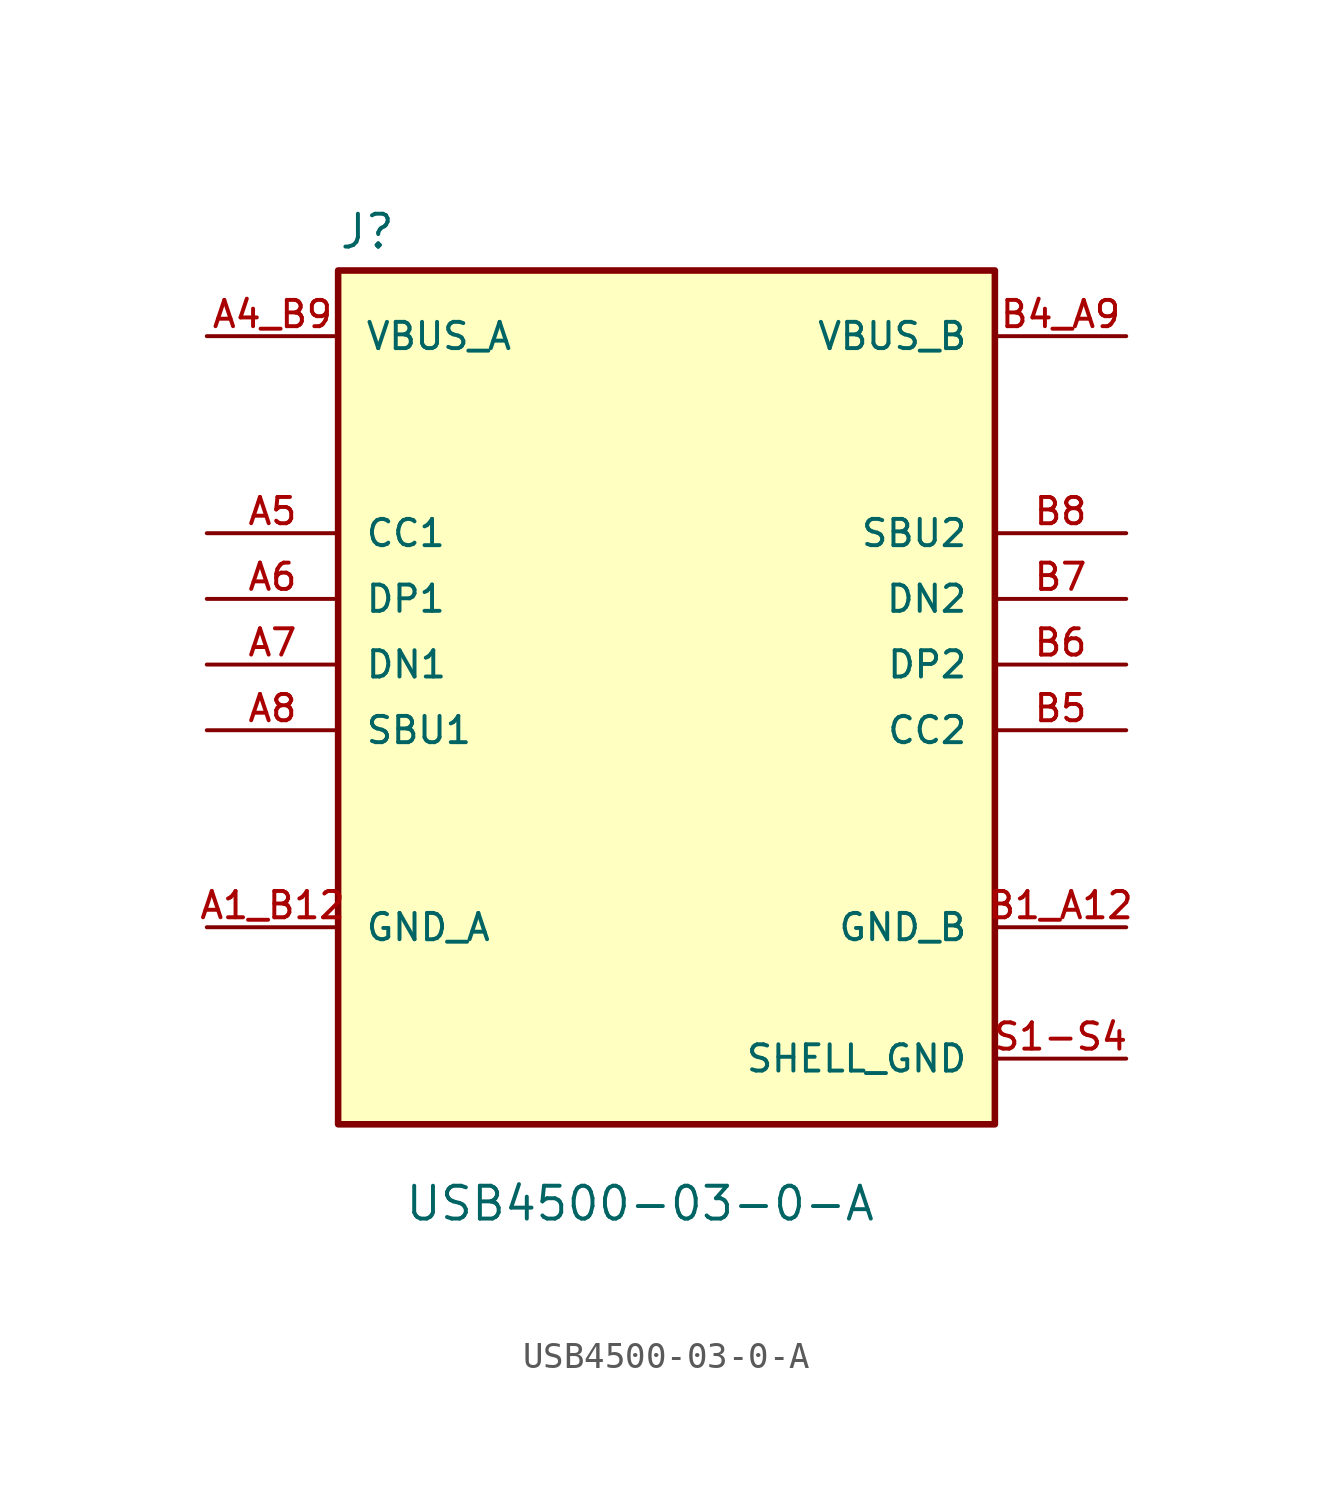
<source format=kicad_sym>
(kicad_symbol_lib
  (version 20211014)
  (generator kicad_symbol_editor)
  (symbol "USB4500-03-0-A"
    (pin_names
      (offset 1.016))
    (property "Reference" "J"
      (at -12.7 16.002 0)
      (effects (font (size 1.27 1.27)) (justify left bottom)))
    (property "Value" "USB4500-03-0-A"
      (at -10.16 -21.59 0)
      (effects (font (size 1.27 1.27)) (justify left bottom)))
    (symbol "USB4500-03-0-A_0_0"
      (rectangle (start -12.7 -17.78) (end 12.7 15.24) (stroke (width 0.254) (type default) (color 0 0 0 0)) (fill (type background)))
      (pin power_in line (at -17.78 -10.16 0) (length 5.08) (name "GND_A" (effects (font (size 1.016 1.016)))) (number "A1_B12" (effects (font (size 1.016 1.016)))))
      (pin power_in line (at -17.78 12.7 0) (length 5.08) (name "VBUS_A" (effects (font (size 1.016 1.016)))) (number "A4_B9" (effects (font (size 1.016 1.016)))))
      (pin bidirectional line (at -17.78 5.08 0) (length 5.08) (name "CC1" (effects (font (size 1.016 1.016)))) (number "A5" (effects (font (size 1.016 1.016)))))
      (pin bidirectional line (at -17.78 2.54 0) (length 5.08) (name "DP1" (effects (font (size 1.016 1.016)))) (number "A6" (effects (font (size 1.016 1.016)))))
      (pin bidirectional line (at -17.78 0 0) (length 5.08) (name "DN1" (effects (font (size 1.016 1.016)))) (number "A7" (effects (font (size 1.016 1.016)))))
      (pin bidirectional line (at -17.78 -2.54 0) (length 5.08) (name "SBU1" (effects (font (size 1.016 1.016)))) (number "A8" (effects (font (size 1.016 1.016)))))
      (pin power_in line (at 17.78 -10.16 180) (length 5.08) (name "GND_B" (effects (font (size 1.016 1.016)))) (number "B1_A12" (effects (font (size 1.016 1.016)))))
      (pin power_in line (at 17.78 12.7 180) (length 5.08) (name "VBUS_B" (effects (font (size 1.016 1.016)))) (number "B4_A9" (effects (font (size 1.016 1.016)))))
      (pin bidirectional line (at 17.78 -2.54 180) (length 5.08) (name "CC2" (effects (font (size 1.016 1.016)))) (number "B5" (effects (font (size 1.016 1.016)))))
      (pin bidirectional line (at 17.78 0 180) (length 5.08) (name "DP2" (effects (font (size 1.016 1.016)))) (number "B6" (effects (font (size 1.016 1.016)))))
      (pin bidirectional line (at 17.78 2.54 180) (length 5.08) (name "DN2" (effects (font (size 1.016 1.016)))) (number "B7" (effects (font (size 1.016 1.016)))))
      (pin bidirectional line (at 17.78 5.08 180) (length 5.08) (name "SBU2" (effects (font (size 1.016 1.016)))) (number "B8" (effects (font (size 1.016 1.016)))))
      (pin power_in line (at 17.78 -15.24 180) (length 5.08) (name "SHELL_GND" (effects (font (size 1.016 1.016)))) (number "S1-S4" (effects (font (size 1.016 1.016))))))))
</source>
